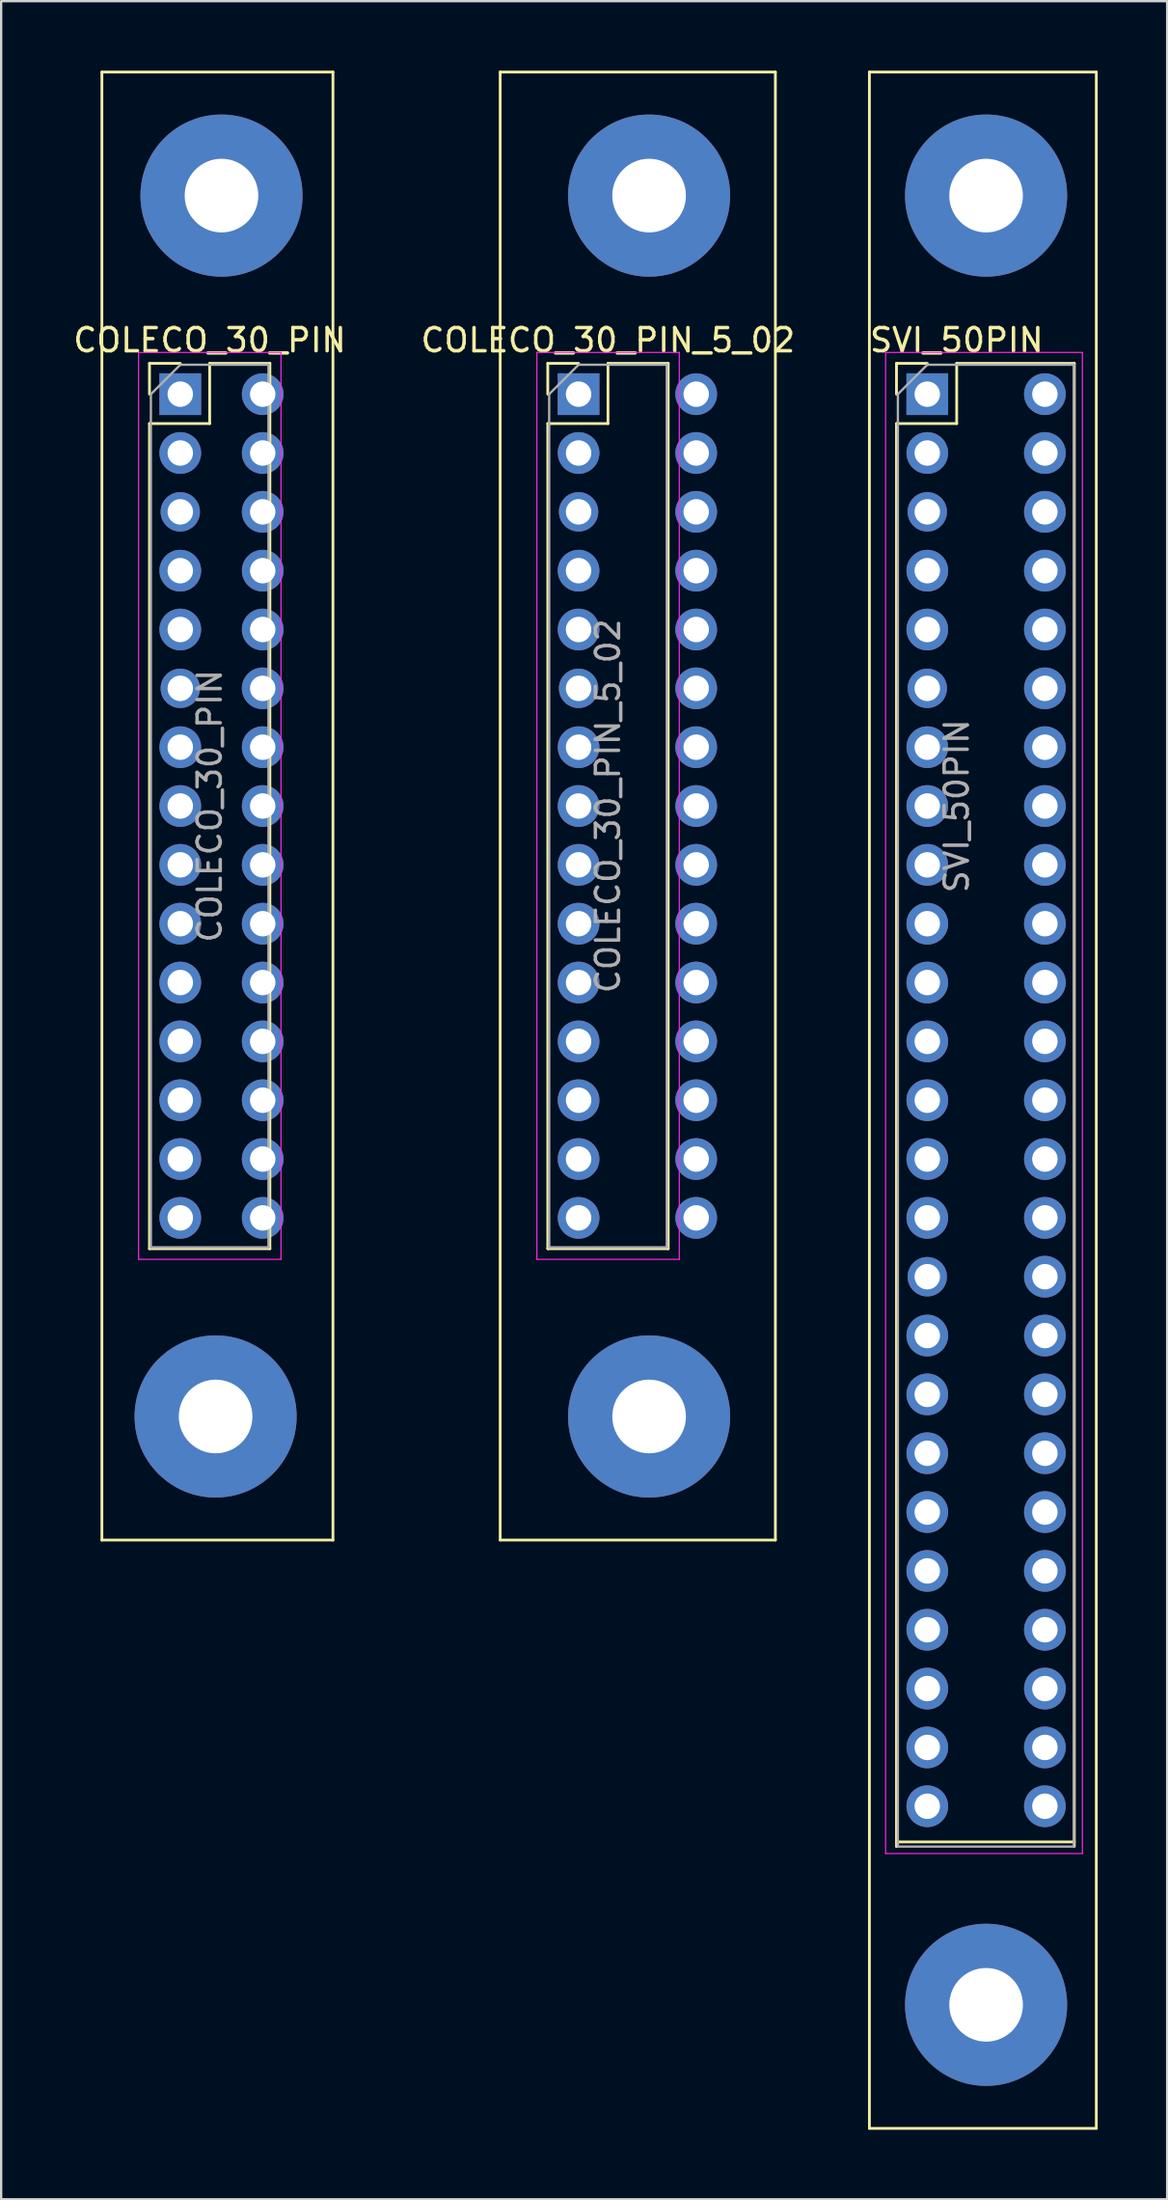
<source format=kicad_pcb>
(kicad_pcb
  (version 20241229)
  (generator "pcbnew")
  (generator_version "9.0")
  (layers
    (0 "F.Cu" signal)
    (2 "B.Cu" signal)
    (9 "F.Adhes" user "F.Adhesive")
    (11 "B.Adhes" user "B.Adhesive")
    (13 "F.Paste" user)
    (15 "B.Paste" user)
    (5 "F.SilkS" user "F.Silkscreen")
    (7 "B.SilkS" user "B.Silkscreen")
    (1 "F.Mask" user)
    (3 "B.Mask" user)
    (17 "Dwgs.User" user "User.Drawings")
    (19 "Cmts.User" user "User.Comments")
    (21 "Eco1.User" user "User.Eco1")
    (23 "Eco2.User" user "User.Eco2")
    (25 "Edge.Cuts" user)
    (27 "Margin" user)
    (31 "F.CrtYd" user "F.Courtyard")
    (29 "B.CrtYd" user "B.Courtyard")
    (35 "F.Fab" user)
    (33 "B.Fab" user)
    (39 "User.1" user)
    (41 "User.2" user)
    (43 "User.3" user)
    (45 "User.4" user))
  (footprint "COLECO_30_PIN"
    (layer "F.Cu")
    (at 4.736 13.966)
    (property "Reference" "COLECO_30_PIN" (at 1.27 -2.33 0) (layer "F.SilkS") (effects (font (size 1 1) (thickness 0.15))))
    (attr through_hole)
    (fp_line (start -3.386 -13.906) (end 6.594 -13.906) (stroke (width 0.12) (type solid)) (layer "F.SilkS"))
    (fp_line (start -3.386 49.467) (end -3.386 -13.906) (stroke (width 0.12) (type solid)) (layer "F.SilkS"))
    (fp_line (start -1.33 -1.33) (end 0 -1.33) (stroke (width 0.12) (type solid)) (layer "F.SilkS"))
    (fp_line (start -1.33 0) (end -1.33 -1.33) (stroke (width 0.12) (type solid)) (layer "F.SilkS"))
    (fp_line (start -1.33 1.27) (end -1.33 36.89) (stroke (width 0.12) (type solid)) (layer "F.SilkS"))
    (fp_line (start -1.33 1.27) (end 1.27 1.27) (stroke (width 0.12) (type solid)) (layer "F.SilkS"))
    (fp_line (start -1.33 36.89) (end 3.87 36.89) (stroke (width 0.12) (type solid)) (layer "F.SilkS"))
    (fp_line (start 1.27 -1.33) (end 3.87 -1.33) (stroke (width 0.12) (type solid)) (layer "F.SilkS"))
    (fp_line (start 1.27 1.27) (end 1.27 -1.33) (stroke (width 0.12) (type solid)) (layer "F.SilkS"))
    (fp_line (start 3.87 -1.33) (end 3.87 36.89) (stroke (width 0.12) (type solid)) (layer "F.SilkS"))
    (fp_line (start 6.594 -13.906) (end 6.594 49.467) (stroke (width 0.12) (type solid)) (layer "F.SilkS"))
    (fp_line (start 6.594 49.467) (end -3.386 49.467) (stroke (width 0.12) (type solid)) (layer "F.SilkS"))
    (fp_line (start -1.8 -1.8) (end -1.8 37.35) (stroke (width 0.05) (type solid)) (layer "F.CrtYd"))
    (fp_line (start -1.8 37.35) (end 4.35 37.35) (stroke (width 0.05) (type solid)) (layer "F.CrtYd"))
    (fp_line (start 4.35 -1.8) (end -1.8 -1.8) (stroke (width 0.05) (type solid)) (layer "F.CrtYd"))
    (fp_line (start 4.35 37.35) (end 4.35 -1.8) (stroke (width 0.05) (type solid)) (layer "F.CrtYd"))
    (fp_line (start -1.27 0) (end 0 -1.27) (stroke (width 0.1) (type solid)) (layer "F.Fab"))
    (fp_line (start -1.27 36.83) (end -1.27 0) (stroke (width 0.1) (type solid)) (layer "F.Fab"))
    (fp_line (start 0 -1.27) (end 3.81 -1.27) (stroke (width 0.1) (type solid)) (layer "F.Fab"))
    (fp_line (start 3.81 -1.27) (end 3.81 36.83) (stroke (width 0.1) (type solid)) (layer "F.Fab"))
    (fp_line (start 3.81 36.83) (end -1.27 36.83) (stroke (width 0.1) (type solid)) (layer "F.Fab"))
    (fp_text user "${REFERENCE}" (at 1.27 17.78 90) (layer "F.Fab") (effects (font (size 1 1) (thickness 0.15))))
    (pad "" thru_hole oval (at 1.526 44.133) (size 7 7) (drill 3.18) (layers "*.Cu" "*.Mask"))
    (pad "" thru_hole oval (at 1.78 -8.572) (size 7 7) (drill 3.18) (layers "*.Cu" "*.Mask"))
    (pad "1" thru_hole oval (at 3.56 0) (size 1.8 1.8) (drill 1.1) (layers "*.Cu" "*.Mask"))
    (pad "2" thru_hole rect (at 0 0) (size 1.8 1.8) (drill 1.1) (layers "*.Cu" "*.Mask"))
    (pad "3" thru_hole oval (at 3.56 2.54) (size 1.8 1.8) (drill 1.1) (layers "*.Cu" "*.Mask"))
    (pad "4" thru_hole oval (at 0 2.54) (size 1.8 1.8) (drill 1.1) (layers "*.Cu" "*.Mask"))
    (pad "5" thru_hole oval (at 3.56 5.08) (size 1.8 1.8) (drill 1.1) (layers "*.Cu" "*.Mask"))
    (pad "6" thru_hole oval (at 0 5.08) (size 1.7 1.7) (drill 1.1) (layers "*.Cu" "*.Mask"))
    (pad "7" thru_hole oval (at 3.56 7.62) (size 1.8 1.8) (drill 1.1) (layers "*.Cu" "*.Mask"))
    (pad "8" thru_hole oval (at 0 7.62) (size 1.8 1.8) (drill 1.1) (layers "*.Cu" "*.Mask"))
    (pad "9" thru_hole oval (at 3.56 10.16) (size 1.8 1.8) (drill 1.1) (layers "*.Cu" "*.Mask"))
    (pad "10" thru_hole oval (at 0 10.16) (size 1.8 1.8) (drill 1.1) (layers "*.Cu" "*.Mask"))
    (pad "11" thru_hole oval (at 3.56 12.7) (size 1.8 1.8) (drill 1.1) (layers "*.Cu" "*.Mask"))
    (pad "12" thru_hole oval (at 0 12.7) (size 1.7 1.7) (drill 1.1) (layers "*.Cu" "*.Mask"))
    (pad "13" thru_hole oval (at 3.56 15.24) (size 1.8 1.8) (drill 1.1) (layers "*.Cu" "*.Mask"))
    (pad "14" thru_hole oval (at 0 15.24) (size 1.8 1.8) (drill 1.1) (layers "*.Cu" "*.Mask"))
    (pad "15" thru_hole oval (at 3.56 17.78) (size 1.8 1.8) (drill 1.1) (layers "*.Cu" "*.Mask"))
    (pad "16" thru_hole oval (at 0 17.78) (size 1.8 1.8) (drill 1.1) (layers "*.Cu" "*.Mask"))
    (pad "17" thru_hole oval (at 3.56 20.32) (size 1.8 1.8) (drill 1.1) (layers "*.Cu" "*.Mask"))
    (pad "18" thru_hole oval (at 0 20.32) (size 1.8 1.8) (drill 1.1) (layers "*.Cu" "*.Mask"))
    (pad "19" thru_hole oval (at 3.56 22.86) (size 1.8 1.8) (drill 1.1) (layers "*.Cu" "*.Mask"))
    (pad "20" thru_hole oval (at 0 22.86) (size 1.8 1.8) (drill 1.1) (layers "*.Cu" "*.Mask"))
    (pad "21" thru_hole oval (at 3.56 25.4) (size 1.8 1.8) (drill 1.1) (layers "*.Cu" "*.Mask"))
    (pad "22" thru_hole oval (at 0 25.4) (size 1.8 1.8) (drill 1.1) (layers "*.Cu" "*.Mask"))
    (pad "23" thru_hole oval (at 3.56 27.94) (size 1.8 1.8) (drill 1.1) (layers "*.Cu" "*.Mask"))
    (pad "24" thru_hole oval (at 0 27.94) (size 1.8 1.8) (drill 1.1) (layers "*.Cu" "*.Mask"))
    (pad "25" thru_hole oval (at 3.56 30.48) (size 1.8 1.8) (drill 1.1) (layers "*.Cu" "*.Mask"))
    (pad "26" thru_hole oval (at 0 30.48) (size 1.8 1.8) (drill 1.1) (layers "*.Cu" "*.Mask"))
    (pad "27" thru_hole oval (at 3.56 33.02) (size 1.8 1.8) (drill 1.1) (layers "*.Cu" "*.Mask"))
    (pad "28" thru_hole oval (at 0 33.02) (size 1.8 1.8) (drill 1.1) (layers "*.Cu" "*.Mask"))
    (pad "29" thru_hole oval (at 3.56 35.56) (size 1.8 1.8) (drill 1.1) (layers "*.Cu" "*.Mask"))
    (pad "30" thru_hole oval (at 0 35.56) (size 1.8 1.8) (drill 1.1) (layers "*.Cu" "*.Mask")))
  (footprint "SVI_50PIN"
    (layer "F.Cu")
    (at 36.998 13.966)
    (property "Reference" "SVI_50PIN" (at 1.27 -2.33 0) (layer "F.SilkS") (effects (font (size 1 1) (thickness 0.15))))
    (attr through_hole)
    (fp_line (start -2.5 -13.906) (end 7.3 -13.906) (stroke (width 0.12) (type solid)) (layer "F.SilkS"))
    (fp_line (start -2.5 74.867) (end -2.5 -13.906) (stroke (width 0.12) (type solid)) (layer "F.SilkS"))
    (fp_line (start -1.33 -1.33) (end 0 -1.33) (stroke (width 0.12) (type solid)) (layer "F.SilkS"))
    (fp_line (start -1.33 0) (end -1.33 -1.33) (stroke (width 0.12) (type solid)) (layer "F.SilkS"))
    (fp_line (start -1.33 1.27) (end -1.33 62.7) (stroke (width 0.12) (type solid)) (layer "F.SilkS"))
    (fp_line (start -1.33 1.27) (end 1.27 1.27) (stroke (width 0.12) (type solid)) (layer "F.SilkS"))
    (fp_line (start -1.33 62.5) (end 6.35 62.5) (stroke (width 0.12) (type solid)) (layer "F.SilkS"))
    (fp_line (start 1.27 -1.33) (end 6.35 -1.33) (stroke (width 0.12) (type solid)) (layer "F.SilkS"))
    (fp_line (start 1.27 1.27) (end 1.27 -1.33) (stroke (width 0.12) (type solid)) (layer "F.SilkS"))
    (fp_line (start 6.35 -1.33) (end 6.35 62.7) (stroke (width 0.12) (type solid)) (layer "F.SilkS"))
    (fp_line (start 7.3 -13.906) (end 7.3 74.867) (stroke (width 0.12) (type solid)) (layer "F.SilkS"))
    (fp_line (start 7.3 74.867) (end -2.5 74.867) (stroke (width 0.12) (type solid)) (layer "F.SilkS"))
    (fp_line (start -1.8 -1.8) (end -1.8 63) (stroke (width 0.05) (type solid)) (layer "F.CrtYd"))
    (fp_line (start -1.8 63) (end 6.7 63) (stroke (width 0.05) (type solid)) (layer "F.CrtYd"))
    (fp_line (start 6.7 -1.8) (end -1.8 -1.8) (stroke (width 0.05) (type solid)) (layer "F.CrtYd"))
    (fp_line (start 6.7 63) (end 6.7 -1.8) (stroke (width 0.05) (type solid)) (layer "F.CrtYd"))
    (fp_line (start -1.27 0) (end 0 -1.27) (stroke (width 0.1) (type solid)) (layer "F.Fab"))
    (fp_line (start -1.27 62.7) (end -1.27 0) (stroke (width 0.1) (type solid)) (layer "F.Fab"))
    (fp_line (start 0 -1.27) (end 6.33 -1.27) (stroke (width 0.1) (type solid)) (layer "F.Fab"))
    (fp_line (start 6.33 -1.27) (end 6.33 62.6) (stroke (width 0.1) (type solid)) (layer "F.Fab"))
    (fp_line (start 6.35 62.7) (end -1.27 62.7) (stroke (width 0.1) (type solid)) (layer "F.Fab"))
    (fp_text user "${REFERENCE}" (at 1.27 17.78 90) (layer "F.Fab") (effects (font (size 1 1) (thickness 0.15))))
    (pad "" thru_hole oval (at 2.54 -8.572) (size 7 7) (drill 3.18) (layers "*.Cu" "*.Mask"))
    (pad "" thru_hole oval (at 2.54 69.532) (size 7 7) (drill 3.18) (layers "*.Cu" "*.Mask"))
    (pad "1" thru_hole oval (at 5.08 0) (size 1.8 1.8) (drill 1.1) (layers "*.Cu" "*.Mask"))
    (pad "2" thru_hole rect (at 0 0) (size 1.8 1.8) (drill 1.1) (layers "*.Cu" "*.Mask"))
    (pad "3" thru_hole oval (at 5.08 2.54) (size 1.8 1.8) (drill 1.1) (layers "*.Cu" "*.Mask"))
    (pad "4" thru_hole oval (at 0 2.54) (size 1.8 1.8) (drill 1.1) (layers "*.Cu" "*.Mask"))
    (pad "5" thru_hole oval (at 5.08 5.08) (size 1.8 1.8) (drill 1.1) (layers "*.Cu" "*.Mask"))
    (pad "6" thru_hole oval (at 0 5.08) (size 1.7 1.7) (drill 1.1) (layers "*.Cu" "*.Mask"))
    (pad "7" thru_hole oval (at 5.08 7.62) (size 1.8 1.8) (drill 1.1) (layers "*.Cu" "*.Mask"))
    (pad "8" thru_hole oval (at 0 7.62) (size 1.8 1.8) (drill 1.1) (layers "*.Cu" "*.Mask"))
    (pad "9" thru_hole oval (at 5.08 10.16) (size 1.8 1.8) (drill 1.1) (layers "*.Cu" "*.Mask"))
    (pad "10" thru_hole oval (at 0 10.16) (size 1.8 1.8) (drill 1.1) (layers "*.Cu" "*.Mask"))
    (pad "11" thru_hole oval (at 5.08 12.7) (size 1.8 1.8) (drill 1.1) (layers "*.Cu" "*.Mask"))
    (pad "12" thru_hole oval (at 0 12.7) (size 1.7 1.7) (drill 1.1) (layers "*.Cu" "*.Mask"))
    (pad "13" thru_hole oval (at 5.08 15.24) (size 1.8 1.8) (drill 1.1) (layers "*.Cu" "*.Mask"))
    (pad "14" thru_hole oval (at 0 15.24) (size 1.8 1.8) (drill 1.1) (layers "*.Cu" "*.Mask"))
    (pad "15" thru_hole oval (at 5.08 17.78) (size 1.8 1.8) (drill 1.1) (layers "*.Cu" "*.Mask"))
    (pad "16" thru_hole oval (at 0 17.78) (size 1.8 1.8) (drill 1.1) (layers "*.Cu" "*.Mask"))
    (pad "17" thru_hole oval (at 5.08 20.32) (size 1.8 1.8) (drill 1.1) (layers "*.Cu" "*.Mask"))
    (pad "18" thru_hole oval (at 0 20.32) (size 1.8 1.8) (drill 1.1) (layers "*.Cu" "*.Mask"))
    (pad "19" thru_hole oval (at 5.08 22.86) (size 1.8 1.8) (drill 1.1) (layers "*.Cu" "*.Mask"))
    (pad "20" thru_hole oval (at 0 22.86) (size 1.8 1.8) (drill 1.1) (layers "*.Cu" "*.Mask"))
    (pad "21" thru_hole oval (at 5.08 25.4) (size 1.8 1.8) (drill 1.1) (layers "*.Cu" "*.Mask"))
    (pad "22" thru_hole oval (at 0 25.4) (size 1.8 1.8) (drill 1.1) (layers "*.Cu" "*.Mask"))
    (pad "23" thru_hole oval (at 5.08 27.94) (size 1.8 1.8) (drill 1.1) (layers "*.Cu" "*.Mask"))
    (pad "24" thru_hole oval (at 0 27.94) (size 1.8 1.8) (drill 1.1) (layers "*.Cu" "*.Mask"))
    (pad "25" thru_hole oval (at 5.08 30.48) (size 1.8 1.8) (drill 1.1) (layers "*.Cu" "*.Mask"))
    (pad "26" thru_hole oval (at 0 30.48) (size 1.8 1.8) (drill 1.1) (layers "*.Cu" "*.Mask"))
    (pad "27" thru_hole oval (at 5.08 33.02) (size 1.8 1.8) (drill 1.1) (layers "*.Cu" "*.Mask"))
    (pad "28" thru_hole oval (at 0 33.02) (size 1.8 1.8) (drill 1.1) (layers "*.Cu" "*.Mask"))
    (pad "29" thru_hole oval (at 5.08 35.56) (size 1.8 1.8) (drill 1.1) (layers "*.Cu" "*.Mask"))
    (pad "30" thru_hole oval (at 0 35.56) (size 1.8 1.8) (drill 1.1) (layers "*.Cu" "*.Mask"))
    (pad "31" thru_hole oval (at 5.08 38.1) (size 1.8 1.8) (drill 1.1) (layers "*.Cu" "*.Mask"))
    (pad "32" thru_hole oval (at 0 38.1) (size 1.7 1.7) (drill 1.1) (layers "*.Cu" "*.Mask"))
    (pad "33" thru_hole oval (at 5.08 40.64) (size 1.8 1.8) (drill 1.1) (layers "*.Cu" "*.Mask"))
    (pad "34" thru_hole oval (at 0 40.64) (size 1.8 1.8) (drill 1.1) (layers "*.Cu" "*.Mask"))
    (pad "35" thru_hole oval (at 5.08 43.18) (size 1.8 1.8) (drill 1.1) (layers "*.Cu" "*.Mask"))
    (pad "36" thru_hole oval (at 0 43.18) (size 1.8 1.8) (drill 1.1) (layers "*.Cu" "*.Mask"))
    (pad "37" thru_hole oval (at 5.08 45.72) (size 1.8 1.8) (drill 1.1) (layers "*.Cu" "*.Mask"))
    (pad "38" thru_hole oval (at 0 45.72) (size 1.8 1.8) (drill 1.1) (layers "*.Cu" "*.Mask"))
    (pad "39" thru_hole oval (at 5.08 48.26) (size 1.8 1.8) (drill 1.1) (layers "*.Cu" "*.Mask"))
    (pad "40" thru_hole oval (at 0 48.26) (size 1.8 1.8) (drill 1.1) (layers "*.Cu" "*.Mask"))
    (pad "41" thru_hole oval (at 5.08 50.8) (size 1.8 1.8) (drill 1.1) (layers "*.Cu" "*.Mask"))
    (pad "42" thru_hole oval (at 0 50.8) (size 1.8 1.8) (drill 1.1) (layers "*.Cu" "*.Mask"))
    (pad "43" thru_hole oval (at 5.08 53.34) (size 1.8 1.8) (drill 1.1) (layers "*.Cu" "*.Mask"))
    (pad "44" thru_hole oval (at 0 53.34) (size 1.8 1.8) (drill 1.1) (layers "*.Cu" "*.Mask"))
    (pad "45" thru_hole oval (at 5.08 55.88) (size 1.8 1.8) (drill 1.1) (layers "*.Cu" "*.Mask"))
    (pad "46" thru_hole oval (at 0 55.88) (size 1.8 1.8) (drill 1.1) (layers "*.Cu" "*.Mask"))
    (pad "47" thru_hole oval (at 5.08 58.42) (size 1.8 1.8) (drill 1.1) (layers "*.Cu" "*.Mask"))
    (pad "48" thru_hole oval (at 0 58.42) (size 1.8 1.8) (drill 1.1) (layers "*.Cu" "*.Mask"))
    (pad "49" thru_hole oval (at 5.08 60.96) (size 1.8 1.8) (drill 1.1) (layers "*.Cu" "*.Mask"))
    (pad "50" thru_hole oval (at 0 60.96) (size 1.8 1.8) (drill 1.1) (layers "*.Cu" "*.Mask")))
  (footprint "COLECO_30_PIN_5_02"
    (layer "F.Cu")
    (at 21.938 13.966)
    (property "Reference" "COLECO_30_PIN_5_02" (at 1.27 -2.33 0) (layer "F.SilkS") (effects (font (size 1 1) (thickness 0.15))))
    (attr through_hole)
    (fp_line (start -3.386 -13.906) (end 8.5 -13.906) (stroke (width 0.12) (type solid)) (layer "F.SilkS"))
    (fp_line (start -3.386 49.467) (end -3.386 -13.906) (stroke (width 0.12) (type solid)) (layer "F.SilkS"))
    (fp_line (start -1.33 -1.33) (end 0 -1.33) (stroke (width 0.12) (type solid)) (layer "F.SilkS"))
    (fp_line (start -1.33 0) (end -1.33 -1.33) (stroke (width 0.12) (type solid)) (layer "F.SilkS"))
    (fp_line (start -1.33 1.27) (end -1.33 36.89) (stroke (width 0.12) (type solid)) (layer "F.SilkS"))
    (fp_line (start -1.33 1.27) (end 1.27 1.27) (stroke (width 0.12) (type solid)) (layer "F.SilkS"))
    (fp_line (start -1.33 36.89) (end 3.87 36.89) (stroke (width 0.12) (type solid)) (layer "F.SilkS"))
    (fp_line (start 1.27 -1.33) (end 3.87 -1.33) (stroke (width 0.12) (type solid)) (layer "F.SilkS"))
    (fp_line (start 1.27 1.27) (end 1.27 -1.33) (stroke (width 0.12) (type solid)) (layer "F.SilkS"))
    (fp_line (start 3.87 -1.33) (end 3.87 36.89) (stroke (width 0.12) (type solid)) (layer "F.SilkS"))
    (fp_line (start 8.5 -13.906) (end 8.5 49.467) (stroke (width 0.12) (type solid)) (layer "F.SilkS"))
    (fp_line (start 8.5 49.467) (end -3.386 49.467) (stroke (width 0.12) (type solid)) (layer "F.SilkS"))
    (fp_line (start -1.8 -1.8) (end -1.8 37.35) (stroke (width 0.05) (type solid)) (layer "F.CrtYd"))
    (fp_line (start -1.8 37.35) (end 4.35 37.35) (stroke (width 0.05) (type solid)) (layer "F.CrtYd"))
    (fp_line (start 4.35 -1.8) (end -1.8 -1.8) (stroke (width 0.05) (type solid)) (layer "F.CrtYd"))
    (fp_line (start 4.35 37.35) (end 4.35 -1.8) (stroke (width 0.05) (type solid)) (layer "F.CrtYd"))
    (fp_line (start -1.27 0) (end 0 -1.27) (stroke (width 0.1) (type solid)) (layer "F.Fab"))
    (fp_line (start -1.27 36.83) (end -1.27 0) (stroke (width 0.1) (type solid)) (layer "F.Fab"))
    (fp_line (start 0 -1.27) (end 3.81 -1.27) (stroke (width 0.1) (type solid)) (layer "F.Fab"))
    (fp_line (start 3.81 -1.27) (end 3.81 36.83) (stroke (width 0.1) (type solid)) (layer "F.Fab"))
    (fp_line (start 3.81 36.83) (end -1.27 36.83) (stroke (width 0.1) (type solid)) (layer "F.Fab"))
    (fp_text user "${REFERENCE}" (at 1.27 17.78 90) (layer "F.Fab") (effects (font (size 1 1) (thickness 0.15))))
    (pad "" thru_hole oval (at 3.046 -8.572) (size 7 7) (drill 3.18) (layers "*.Cu" "*.Mask"))
    (pad "" thru_hole oval (at 3.046 44.133) (size 7 7) (drill 3.18) (layers "*.Cu" "*.Mask"))
    (pad "1" thru_hole oval (at 5.08 0) (size 1.8 1.8) (drill 1.1) (layers "*.Cu" "*.Mask"))
    (pad "2" thru_hole rect (at 0 0) (size 1.8 1.8) (drill 1.1) (layers "*.Cu" "*.Mask"))
    (pad "3" thru_hole oval (at 5.08 2.54) (size 1.8 1.8) (drill 1.1) (layers "*.Cu" "*.Mask"))
    (pad "4" thru_hole oval (at 0 2.54) (size 1.8 1.8) (drill 1.1) (layers "*.Cu" "*.Mask"))
    (pad "5" thru_hole oval (at 5.08 5.08) (size 1.8 1.8) (drill 1.1) (layers "*.Cu" "*.Mask"))
    (pad "6" thru_hole oval (at 0 5.08) (size 1.7 1.7) (drill 1.1) (layers "*.Cu" "*.Mask"))
    (pad "7" thru_hole oval (at 5.08 7.62) (size 1.8 1.8) (drill 1.1) (layers "*.Cu" "*.Mask"))
    (pad "8" thru_hole oval (at 0 7.62) (size 1.8 1.8) (drill 1.1) (layers "*.Cu" "*.Mask"))
    (pad "9" thru_hole oval (at 5.08 10.16) (size 1.8 1.8) (drill 1.1) (layers "*.Cu" "*.Mask"))
    (pad "10" thru_hole oval (at 0 10.16) (size 1.8 1.8) (drill 1.1) (layers "*.Cu" "*.Mask"))
    (pad "11" thru_hole oval (at 5.08 12.7) (size 1.8 1.8) (drill 1.1) (layers "*.Cu" "*.Mask"))
    (pad "12" thru_hole oval (at 0 12.7) (size 1.7 1.7) (drill 1.1) (layers "*.Cu" "*.Mask"))
    (pad "13" thru_hole oval (at 5.08 15.24) (size 1.8 1.8) (drill 1.1) (layers "*.Cu" "*.Mask"))
    (pad "14" thru_hole oval (at 0 15.24) (size 1.8 1.8) (drill 1.1) (layers "*.Cu" "*.Mask"))
    (pad "15" thru_hole oval (at 5.08 17.78) (size 1.8 1.8) (drill 1.1) (layers "*.Cu" "*.Mask"))
    (pad "16" thru_hole oval (at 0 17.78) (size 1.8 1.8) (drill 1.1) (layers "*.Cu" "*.Mask"))
    (pad "17" thru_hole oval (at 5.08 20.32) (size 1.8 1.8) (drill 1.1) (layers "*.Cu" "*.Mask"))
    (pad "18" thru_hole oval (at 0 20.32) (size 1.8 1.8) (drill 1.1) (layers "*.Cu" "*.Mask"))
    (pad "19" thru_hole oval (at 5.08 22.86) (size 1.8 1.8) (drill 1.1) (layers "*.Cu" "*.Mask"))
    (pad "20" thru_hole oval (at 0 22.86) (size 1.8 1.8) (drill 1.1) (layers "*.Cu" "*.Mask"))
    (pad "21" thru_hole oval (at 5.08 25.4) (size 1.8 1.8) (drill 1.1) (layers "*.Cu" "*.Mask"))
    (pad "22" thru_hole oval (at 0 25.4) (size 1.8 1.8) (drill 1.1) (layers "*.Cu" "*.Mask"))
    (pad "23" thru_hole oval (at 5.08 27.94) (size 1.8 1.8) (drill 1.1) (layers "*.Cu" "*.Mask"))
    (pad "24" thru_hole oval (at 0 27.94) (size 1.8 1.8) (drill 1.1) (layers "*.Cu" "*.Mask"))
    (pad "25" thru_hole oval (at 5.08 30.48) (size 1.8 1.8) (drill 1.1) (layers "*.Cu" "*.Mask"))
    (pad "26" thru_hole oval (at 0 30.48) (size 1.8 1.8) (drill 1.1) (layers "*.Cu" "*.Mask"))
    (pad "27" thru_hole oval (at 5.08 33.02) (size 1.8 1.8) (drill 1.1) (layers "*.Cu" "*.Mask"))
    (pad "28" thru_hole oval (at 0 33.02) (size 1.8 1.8) (drill 1.1) (layers "*.Cu" "*.Mask"))
    (pad "29" thru_hole oval (at 5.08 35.56) (size 1.8 1.8) (drill 1.1) (layers "*.Cu" "*.Mask"))
    (pad "30" thru_hole oval (at 0 35.56) (size 1.8 1.8) (drill 1.1) (layers "*.Cu" "*.Mask")))
  (gr_rect
    (start -3 -3)
    (end 47.358 91.893)
    (stroke (width 0.1) (type default))
    (fill no)
    (layer "Edge.Cuts")))
</source>
